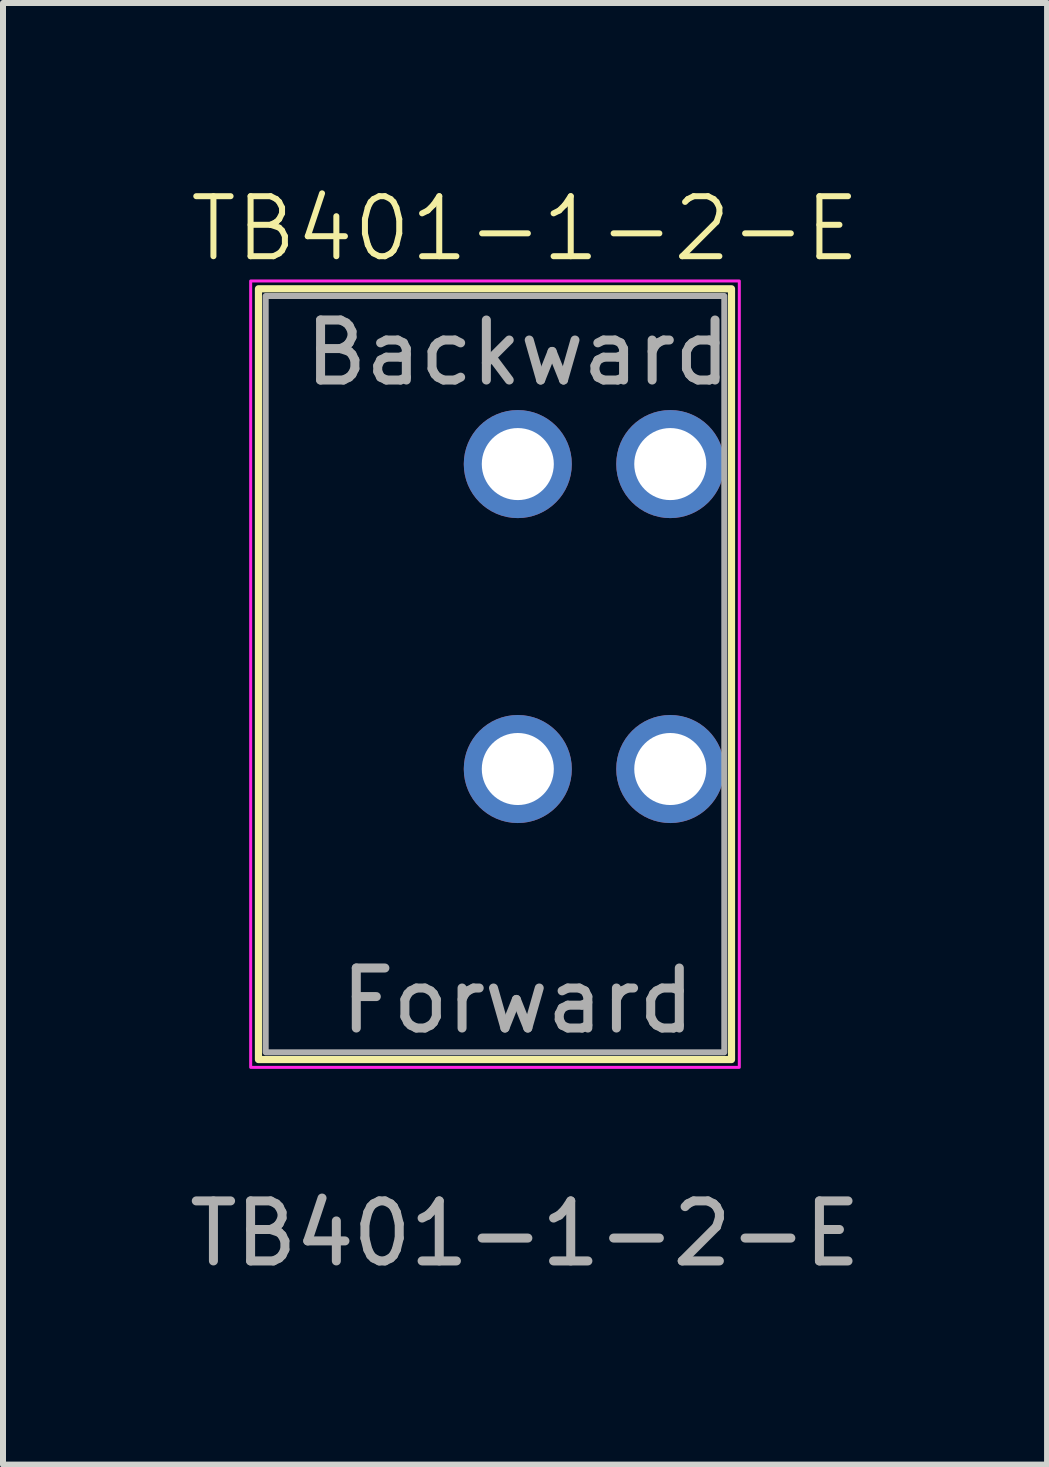
<source format=kicad_pcb>
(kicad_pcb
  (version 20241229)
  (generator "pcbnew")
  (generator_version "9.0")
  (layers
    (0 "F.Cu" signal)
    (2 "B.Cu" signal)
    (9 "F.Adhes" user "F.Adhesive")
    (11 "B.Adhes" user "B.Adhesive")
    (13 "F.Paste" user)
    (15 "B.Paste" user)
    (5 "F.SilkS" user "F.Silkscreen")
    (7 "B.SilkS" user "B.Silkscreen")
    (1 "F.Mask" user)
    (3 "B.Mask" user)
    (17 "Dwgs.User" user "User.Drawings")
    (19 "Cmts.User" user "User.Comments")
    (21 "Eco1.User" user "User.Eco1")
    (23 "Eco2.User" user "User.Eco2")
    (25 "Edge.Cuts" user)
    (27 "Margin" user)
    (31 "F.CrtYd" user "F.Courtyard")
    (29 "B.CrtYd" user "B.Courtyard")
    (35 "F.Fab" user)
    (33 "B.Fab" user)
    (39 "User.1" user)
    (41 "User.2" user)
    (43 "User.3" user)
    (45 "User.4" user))
  (footprint "TB401-1-2-E"
    (layer "F.Cu")
    (at 5.576 4.681)
    (property "Reference" "TB401-1-2-E" (at 0.12 -3.92 0) (unlocked yes) (layer "F.SilkS") (effects (font (size 1 1) (thickness 0.1))))
    (attr through_hole)
    (fp_rect (start 3.56 9.92) (end -4.32 -2.92) (stroke (width 0.12) (type default)) (fill no) (layer "F.SilkS"))
    (fp_rect (start 3.69 -3.05) (end -4.45 10.05) (stroke (width 0.05) (type default)) (fill no) (layer "F.CrtYd"))
    (fp_rect (start 3.44 -2.8) (end -4.2 9.8) (stroke (width 0.1) (type default)) (fill no) (layer "F.Fab"))
    (fp_text user "Backward" (at 0 -1.27 0) (unlocked yes) (layer "F.Fab") (effects (font (size 1 1) (thickness 0.15)) (justify bottom)))
    (fp_text user "Forward" (at 0 9.525 0) (unlocked yes) (layer "F.Fab") (effects (font (size 1 1) (thickness 0.15)) (justify bottom)))
    (fp_text user "${REFERENCE}" (at 0.12 12.82 0) (unlocked yes) (layer "F.Fab") (effects (font (size 1 1) (thickness 0.15))))
    (pad "1" thru_hole circle (at 0 0) (size 1.8 1.8) (drill 1.2) (layers "*.Cu" "*.Mask"))
    (pad "1" thru_hole circle (at 0 5.08) (size 1.8 1.8) (drill 1.2) (layers "*.Cu" "*.Mask"))
    (pad "2" thru_hole circle (at 2.54 0) (size 1.8 1.8) (drill 1.2) (layers "*.Cu" "*.Mask"))
    (pad "2" thru_hole circle (at 2.54 5.08) (size 1.8 1.8) (drill 1.2) (layers "*.Cu" "*.Mask")))
  (gr_rect
    (start -3 -3)
    (end 14.393 21.349)
    (stroke (width 0.1) (type default))
    (fill no)
    (layer "Edge.Cuts")))
</source>
